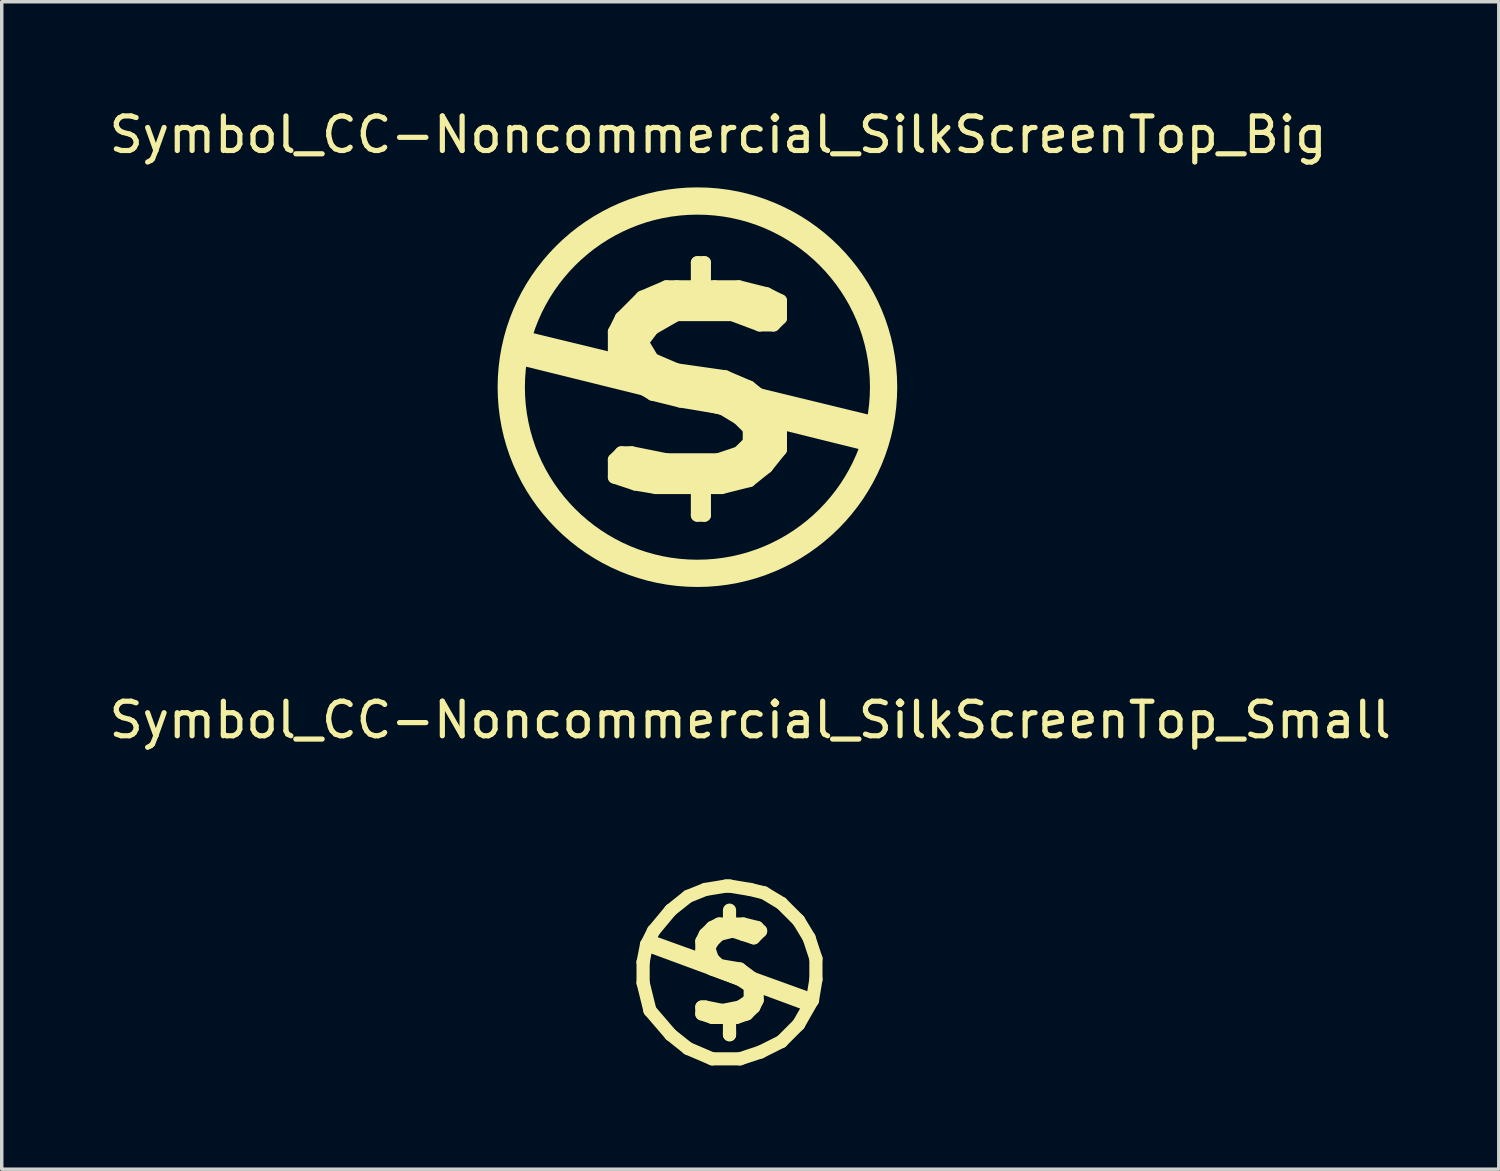
<source format=kicad_pcb>
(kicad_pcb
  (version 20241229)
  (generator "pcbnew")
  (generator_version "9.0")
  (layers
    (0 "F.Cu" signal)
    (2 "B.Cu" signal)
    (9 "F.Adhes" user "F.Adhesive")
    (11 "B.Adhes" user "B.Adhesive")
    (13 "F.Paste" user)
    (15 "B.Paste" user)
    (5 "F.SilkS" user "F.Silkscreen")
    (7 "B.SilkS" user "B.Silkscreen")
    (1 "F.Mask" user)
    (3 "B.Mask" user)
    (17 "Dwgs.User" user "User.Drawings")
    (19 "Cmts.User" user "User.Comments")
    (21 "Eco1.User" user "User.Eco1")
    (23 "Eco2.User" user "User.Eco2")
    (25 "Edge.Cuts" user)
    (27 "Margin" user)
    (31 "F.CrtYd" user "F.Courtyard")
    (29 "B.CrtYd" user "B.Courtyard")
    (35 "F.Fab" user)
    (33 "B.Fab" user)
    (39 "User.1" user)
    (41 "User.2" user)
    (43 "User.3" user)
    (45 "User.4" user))
  (footprint "Symbol_CC-Noncommercial_SilkScreenTop_Small"
    (layer "F.Cu")
    (at 18.049 25.075)
    (property "Reference" "Symbol_CC-Noncommercial_SilkScreenTop_Small" (at 0.599 -7.3 0) (layer "F.SilkS") (effects (font (size 1 1) (thickness 0.15))))
    (attr exclude_from_pos_files exclude_from_bom)
    (fp_line (start -2.499 -0.3) (end -2.499 0.3) (stroke (width 0.381) (type solid)) (layer "F.SilkS"))
    (fp_line (start -2.499 0.3) (end -2.301 1.1) (stroke (width 0.381) (type solid)) (layer "F.SilkS"))
    (fp_line (start -2.4 -0.8) (end -2.499 -0.3) (stroke (width 0.381) (type solid)) (layer "F.SilkS"))
    (fp_line (start -2.4 -0.8) (end 2.2 0.899) (stroke (width 0.381) (type solid)) (layer "F.SilkS"))
    (fp_line (start -2.301 -0.899) (end 2.4 0.8) (stroke (width 0.381) (type solid)) (layer "F.SilkS"))
    (fp_line (start -2.301 1.1) (end -1.699 1.801) (stroke (width 0.381) (type solid)) (layer "F.SilkS"))
    (fp_line (start -2.2 -1.199) (end -2.4 -0.8) (stroke (width 0.381) (type solid)) (layer "F.SilkS"))
    (fp_line (start -1.699 -1.801) (end -2.2 -1.199) (stroke (width 0.381) (type solid)) (layer "F.SilkS"))
    (fp_line (start -1.699 1.801) (end -1.199 2.2) (stroke (width 0.381) (type solid)) (layer "F.SilkS"))
    (fp_line (start -1.199 -2.2) (end -1.699 -1.801) (stroke (width 0.381) (type solid)) (layer "F.SilkS"))
    (fp_line (start -1.199 2.2) (end -0.5 2.499) (stroke (width 0.381) (type solid)) (layer "F.SilkS"))
    (fp_line (start -0.8 -0.899) (end -0.8 -0.599) (stroke (width 0.381) (type solid)) (layer "F.SilkS"))
    (fp_line (start -0.8 -0.599) (end -0.701 -0.3) (stroke (width 0.381) (type solid)) (layer "F.SilkS"))
    (fp_line (start -0.8 1.001) (end -0.8 1.199) (stroke (width 0.381) (type solid)) (layer "F.SilkS"))
    (fp_line (start -0.8 1.199) (end -0.5 1.3) (stroke (width 0.381) (type solid)) (layer "F.SilkS"))
    (fp_line (start -0.701 -2.4) (end -1.199 -2.2) (stroke (width 0.381) (type solid)) (layer "F.SilkS"))
    (fp_line (start -0.701 -1.1) (end -0.8 -0.899) (stroke (width 0.381) (type solid)) (layer "F.SilkS"))
    (fp_line (start -0.701 -0.3) (end -0.5 -0.099) (stroke (width 0.381) (type solid)) (layer "F.SilkS"))
    (fp_line (start -0.701 1.001) (end -0.8 1.001) (stroke (width 0.381) (type solid)) (layer "F.SilkS"))
    (fp_line (start -0.599 -0.701) (end -0.5 -0.899) (stroke (width 0.381) (type solid)) (layer "F.SilkS"))
    (fp_line (start -0.5 -1.3) (end -0.701 -1.1) (stroke (width 0.381) (type solid)) (layer "F.SilkS"))
    (fp_line (start -0.5 -0.899) (end -0.3 -1.1) (stroke (width 0.381) (type solid)) (layer "F.SilkS"))
    (fp_line (start -0.5 -0.399) (end -0.599 -0.701) (stroke (width 0.381) (type solid)) (layer "F.SilkS"))
    (fp_line (start -0.5 -0.099) (end 0.3 0.201) (stroke (width 0.381) (type solid)) (layer "F.SilkS"))
    (fp_line (start -0.5 1.3) (end 0.201 1.3) (stroke (width 0.381) (type solid)) (layer "F.SilkS"))
    (fp_line (start -0.5 2.499) (end 0.3 2.499) (stroke (width 0.381) (type solid)) (layer "F.SilkS"))
    (fp_line (start -0.3 -1.4) (end -0.5 -1.3) (stroke (width 0.381) (type solid)) (layer "F.SilkS"))
    (fp_line (start -0.3 -1.1) (end 0.099 -1.199) (stroke (width 0.381) (type solid)) (layer "F.SilkS"))
    (fp_line (start -0.3 -0.201) (end -0.5 -0.399) (stroke (width 0.381) (type solid)) (layer "F.SilkS"))
    (fp_line (start -0.201 1.1) (end -0.701 1.001) (stroke (width 0.381) (type solid)) (layer "F.SilkS"))
    (fp_line (start -0.099 -2.499) (end -0.701 -2.4) (stroke (width 0.381) (type solid)) (layer "F.SilkS"))
    (fp_line (start 0 -2.499) (end -0.099 -2.499) (stroke (width 0.381) (type solid)) (layer "F.SilkS"))
    (fp_line (start 0 -1.501) (end 0 -1.801) (stroke (width 0.381) (type solid)) (layer "F.SilkS"))
    (fp_line (start 0 1.3) (end 0 1.801) (stroke (width 0.381) (type solid)) (layer "F.SilkS"))
    (fp_line (start 0 1.801) (end 0 1.699) (stroke (width 0.381) (type solid)) (layer "F.SilkS"))
    (fp_line (start 0.099 -1.199) (end 0.399 -1.1) (stroke (width 0.381) (type solid)) (layer "F.SilkS"))
    (fp_line (start 0.201 1.3) (end 0.5 1.199) (stroke (width 0.381) (type solid)) (layer "F.SilkS"))
    (fp_line (start 0.3 -0.099) (end -0.3 -0.201) (stroke (width 0.381) (type solid)) (layer "F.SilkS"))
    (fp_line (start 0.3 0.201) (end 0.599 0.399) (stroke (width 0.381) (type solid)) (layer "F.SilkS"))
    (fp_line (start 0.3 1.001) (end -0.201 1.1) (stroke (width 0.381) (type solid)) (layer "F.SilkS"))
    (fp_line (start 0.3 2.499) (end 0.899 2.301) (stroke (width 0.381) (type solid)) (layer "F.SilkS"))
    (fp_line (start 0.399 -1.4) (end -0.3 -1.4) (stroke (width 0.381) (type solid)) (layer "F.SilkS"))
    (fp_line (start 0.399 -1.1) (end 0.701 -1.001) (stroke (width 0.381) (type solid)) (layer "F.SilkS"))
    (fp_line (start 0.5 1.199) (end 0.701 1.001) (stroke (width 0.381) (type solid)) (layer "F.SilkS"))
    (fp_line (start 0.599 -2.4) (end 0 -2.499) (stroke (width 0.381) (type solid)) (layer "F.SilkS"))
    (fp_line (start 0.599 0.399) (end 0.599 0.8) (stroke (width 0.381) (type solid)) (layer "F.SilkS"))
    (fp_line (start 0.599 0.8) (end 0.3 1.001) (stroke (width 0.381) (type solid)) (layer "F.SilkS"))
    (fp_line (start 0.701 -1.001) (end 0.899 -1.199) (stroke (width 0.381) (type solid)) (layer "F.SilkS"))
    (fp_line (start 0.701 0.201) (end 0.3 -0.099) (stroke (width 0.381) (type solid)) (layer "F.SilkS"))
    (fp_line (start 0.701 1.001) (end 0.8 0.8) (stroke (width 0.381) (type solid)) (layer "F.SilkS"))
    (fp_line (start 0.8 -1.3) (end 0.399 -1.4) (stroke (width 0.381) (type solid)) (layer "F.SilkS"))
    (fp_line (start 0.8 0.5) (end 0.701 0.201) (stroke (width 0.381) (type solid)) (layer "F.SilkS"))
    (fp_line (start 0.8 0.8) (end 0.8 0.5) (stroke (width 0.381) (type solid)) (layer "F.SilkS"))
    (fp_line (start 0.899 -1.199) (end 0.8 -1.3) (stroke (width 0.381) (type solid)) (layer "F.SilkS"))
    (fp_line (start 0.899 2.301) (end 1.501 1.999) (stroke (width 0.381) (type solid)) (layer "F.SilkS"))
    (fp_line (start 1.001 -2.301) (end 0.599 -2.4) (stroke (width 0.381) (type solid)) (layer "F.SilkS"))
    (fp_line (start 1.501 -1.999) (end 1.001 -2.301) (stroke (width 0.381) (type solid)) (layer "F.SilkS"))
    (fp_line (start 1.501 1.999) (end 1.999 1.501) (stroke (width 0.381) (type solid)) (layer "F.SilkS"))
    (fp_line (start 1.999 -1.501) (end 1.501 -1.999) (stroke (width 0.381) (type solid)) (layer "F.SilkS"))
    (fp_line (start 1.999 1.501) (end 2.4 0.8) (stroke (width 0.381) (type solid)) (layer "F.SilkS"))
    (fp_line (start 2.301 -1.001) (end 1.999 -1.501) (stroke (width 0.381) (type solid)) (layer "F.SilkS"))
    (fp_line (start 2.4 0.8) (end 2.499 0.201) (stroke (width 0.381) (type solid)) (layer "F.SilkS"))
    (fp_line (start 2.499 -0.399) (end 2.301 -1.001) (stroke (width 0.381) (type solid)) (layer "F.SilkS"))
    (fp_line (start 2.499 0.201) (end 2.499 -0.399) (stroke (width 0.381) (type solid)) (layer "F.SilkS")))
  (footprint "Symbol_CC-Noncommercial_SilkScreenTop_Big"
    (layer "F.Cu")
    (at 17.121 8.148)
    (property "Reference" "Symbol_CC-Noncommercial_SilkScreenTop_Big" (at 0.599 -7.3 0) (layer "F.SilkS") (effects (font (size 1 1) (thickness 0.15))))
    (attr exclude_from_pos_files exclude_from_bom)
    (fp_line (start -5.4 -0.899) (end 4.699 1.6) (stroke (width 0.381) (type solid)) (layer "F.SilkS"))
    (fp_line (start -5.4 0.099) (end -5.199 1.3) (stroke (width 0.381) (type solid)) (layer "F.SilkS"))
    (fp_line (start -5.301 -1.501) (end 5.4 1.1) (stroke (width 0.381) (type solid)) (layer "F.SilkS"))
    (fp_line (start -5.301 -1.199) (end -5.4 -0.899) (stroke (width 0.381) (type solid)) (layer "F.SilkS"))
    (fp_line (start -5.301 -1.1) (end -5.4 0.099) (stroke (width 0.381) (type solid)) (layer "F.SilkS"))
    (fp_line (start -5.199 1.3) (end -4.801 2.4) (stroke (width 0.381) (type solid)) (layer "F.SilkS"))
    (fp_line (start -5.001 -2.101) (end -5.301 -1.1) (stroke (width 0.381) (type solid)) (layer "F.SilkS"))
    (fp_line (start -4.801 2.4) (end -3.8 3.899) (stroke (width 0.381) (type solid)) (layer "F.SilkS"))
    (fp_line (start -4.501 -3) (end -5.001 -2.101) (stroke (width 0.381) (type solid)) (layer "F.SilkS"))
    (fp_line (start -4 -3.599) (end -4.501 -3) (stroke (width 0.381) (type solid)) (layer "F.SilkS"))
    (fp_line (start -3.8 3.899) (end -2.601 4.801) (stroke (width 0.381) (type solid)) (layer "F.SilkS"))
    (fp_line (start -3.299 -4.201) (end -4 -3.599) (stroke (width 0.381) (type solid)) (layer "F.SilkS"))
    (fp_line (start -2.7 -4.699) (end -3.299 -4.201) (stroke (width 0.381) (type solid)) (layer "F.SilkS"))
    (fp_line (start -2.601 4.801) (end -1.3 5.301) (stroke (width 0.381) (type solid)) (layer "F.SilkS"))
    (fp_line (start -2.4 -1.6) (end -2.4 -1.001) (stroke (width 0.381) (type solid)) (layer "F.SilkS"))
    (fp_line (start -2.4 -1.001) (end -2.101 -0.599) (stroke (width 0.381) (type solid)) (layer "F.SilkS"))
    (fp_line (start -2.4 2.101) (end -2.4 2.601) (stroke (width 0.381) (type solid)) (layer "F.SilkS"))
    (fp_line (start -2.4 2.601) (end -1.801 2.799) (stroke (width 0.381) (type solid)) (layer "F.SilkS"))
    (fp_line (start -2.2 -1.999) (end -2.4 -1.6) (stroke (width 0.381) (type solid)) (layer "F.SilkS"))
    (fp_line (start -2.2 -1.199) (end -1.9 -0.701) (stroke (width 0.381) (type solid)) (layer "F.SilkS"))
    (fp_line (start -2.2 1.9) (end -2.4 2.101) (stroke (width 0.381) (type solid)) (layer "F.SilkS"))
    (fp_line (start -2.2 2.2) (end -2.2 2.4) (stroke (width 0.381) (type solid)) (layer "F.SilkS"))
    (fp_line (start -2.2 2.4) (end -1.1 2.601) (stroke (width 0.381) (type solid)) (layer "F.SilkS"))
    (fp_line (start -2.101 -0.599) (end -1.801 -0.099) (stroke (width 0.381) (type solid)) (layer "F.SilkS"))
    (fp_line (start -1.999 -4.9) (end -2.7 -4.699) (stroke (width 0.381) (type solid)) (layer "F.SilkS"))
    (fp_line (start -1.9 -1.999) (end -2.2 -1.199) (stroke (width 0.381) (type solid)) (layer "F.SilkS"))
    (fp_line (start -1.9 -1.199) (end -1.6 -1.801) (stroke (width 0.381) (type solid)) (layer "F.SilkS"))
    (fp_line (start -1.9 -0.701) (end -1.3 -0.099) (stroke (width 0.381) (type solid)) (layer "F.SilkS"))
    (fp_line (start -1.9 1.9) (end -2.2 1.9) (stroke (width 0.381) (type solid)) (layer "F.SilkS"))
    (fp_line (start -1.801 -0.099) (end -1.3 0.201) (stroke (width 0.381) (type solid)) (layer "F.SilkS"))
    (fp_line (start -1.801 2.799) (end -1.199 2.901) (stroke (width 0.381) (type solid)) (layer "F.SilkS"))
    (fp_line (start -1.6 -2.601) (end -2.2 -1.999) (stroke (width 0.381) (type solid)) (layer "F.SilkS"))
    (fp_line (start -1.6 -1.801) (end -0.899 -2.301) (stroke (width 0.381) (type solid)) (layer "F.SilkS"))
    (fp_line (start -1.6 -1.3) (end -1.3 -1.699) (stroke (width 0.381) (type solid)) (layer "F.SilkS"))
    (fp_line (start -1.6 2.2) (end -2.2 2.2) (stroke (width 0.381) (type solid)) (layer "F.SilkS"))
    (fp_line (start -1.4 -0.5) (end -1.9 -1.199) (stroke (width 0.381) (type solid)) (layer "F.SilkS"))
    (fp_line (start -1.3 -5.1) (end -1.999 -4.9) (stroke (width 0.381) (type solid)) (layer "F.SilkS"))
    (fp_line (start -1.3 -1.699) (end -0.599 -2.101) (stroke (width 0.381) (type solid)) (layer "F.SilkS"))
    (fp_line (start -1.3 -0.8) (end -1.6 -1.3) (stroke (width 0.381) (type solid)) (layer "F.SilkS"))
    (fp_line (start -1.3 -0.099) (end 0 0.3) (stroke (width 0.381) (type solid)) (layer "F.SilkS"))
    (fp_line (start -1.3 0.201) (end -0.5 0.399) (stroke (width 0.381) (type solid)) (layer "F.SilkS"))
    (fp_line (start -1.3 5.301) (end 0.099 5.301) (stroke (width 0.381) (type solid)) (layer "F.SilkS"))
    (fp_line (start -1.199 2.901) (end 0.701 2.901) (stroke (width 0.381) (type solid)) (layer "F.SilkS"))
    (fp_line (start -1.1 -2.601) (end -1.9 -1.999) (stroke (width 0.381) (type solid)) (layer "F.SilkS"))
    (fp_line (start -1.1 2.601) (end -0.099 2.601) (stroke (width 0.381) (type solid)) (layer "F.SilkS"))
    (fp_line (start -0.899 -2.901) (end -1.6 -2.601) (stroke (width 0.381) (type solid)) (layer "F.SilkS"))
    (fp_line (start -0.899 -2.301) (end -0.099 -2.4) (stroke (width 0.381) (type solid)) (layer "F.SilkS"))
    (fp_line (start -0.899 2.101) (end -1.9 1.9) (stroke (width 0.381) (type solid)) (layer "F.SilkS"))
    (fp_line (start -0.599 -2.901) (end -0.899 -2.901) (stroke (width 0.381) (type solid)) (layer "F.SilkS"))
    (fp_line (start -0.599 -2.101) (end 1.001 -2.101) (stroke (width 0.381) (type solid)) (layer "F.SilkS"))
    (fp_line (start -0.599 -0.5) (end -1.3 -0.8) (stroke (width 0.381) (type solid)) (layer "F.SilkS"))
    (fp_line (start -0.5 -5.4) (end -1.3 -5.1) (stroke (width 0.381) (type solid)) (layer "F.SilkS"))
    (fp_line (start -0.5 0.399) (end 0.701 0.599) (stroke (width 0.381) (type solid)) (layer "F.SilkS"))
    (fp_line (start -0.399 -0.099) (end -1.4 -0.5) (stroke (width 0.381) (type solid)) (layer "F.SilkS"))
    (fp_line (start -0.3 2.301) (end -1.6 2.2) (stroke (width 0.381) (type solid)) (layer "F.SilkS"))
    (fp_line (start -0.201 -0.201) (end -0.399 -0.099) (stroke (width 0.381) (type solid)) (layer "F.SilkS"))
    (fp_line (start -0.099 -2.4) (end 1.001 -2.301) (stroke (width 0.381) (type solid)) (layer "F.SilkS"))
    (fp_line (start -0.099 2.601) (end 0.899 2.601) (stroke (width 0.381) (type solid)) (layer "F.SilkS"))
    (fp_line (start 0 -5.4) (end -0.5 -5.4) (stroke (width 0.381) (type solid)) (layer "F.SilkS"))
    (fp_line (start 0 -3.599) (end 0.201 -3.599) (stroke (width 0.381) (type solid)) (layer "F.SilkS"))
    (fp_line (start 0 -3) (end 0 -3.599) (stroke (width 0.381) (type solid)) (layer "F.SilkS"))
    (fp_line (start 0 0.3) (end 1.199 0.599) (stroke (width 0.381) (type solid)) (layer "F.SilkS"))
    (fp_line (start 0 2.799) (end 0 3.701) (stroke (width 0.381) (type solid)) (layer "F.SilkS"))
    (fp_line (start 0 3.701) (end 0.201 3.701) (stroke (width 0.381) (type solid)) (layer "F.SilkS"))
    (fp_line (start 0.099 5.301) (end 1.6 5.199) (stroke (width 0.381) (type solid)) (layer "F.SilkS"))
    (fp_line (start 0.201 -3.599) (end 0.201 -3) (stroke (width 0.381) (type solid)) (layer "F.SilkS"))
    (fp_line (start 0.201 -0.201) (end 0.201 0.099) (stroke (width 0.381) (type solid)) (layer "F.SilkS"))
    (fp_line (start 0.201 0.099) (end -0.201 -0.201) (stroke (width 0.381) (type solid)) (layer "F.SilkS"))
    (fp_line (start 0.201 3.701) (end 0.201 3) (stroke (width 0.381) (type solid)) (layer "F.SilkS"))
    (fp_line (start 0.5 -2.901) (end -0.599 -2.901) (stroke (width 0.381) (type solid)) (layer "F.SilkS"))
    (fp_line (start 0.5 0) (end 0.5 0.201) (stroke (width 0.381) (type solid)) (layer "F.SilkS"))
    (fp_line (start 0.5 0.201) (end 0.899 0.399) (stroke (width 0.381) (type solid)) (layer "F.SilkS"))
    (fp_line (start 0.599 2.101) (end -0.899 2.101) (stroke (width 0.381) (type solid)) (layer "F.SilkS"))
    (fp_line (start 0.701 0.599) (end 1.199 0.899) (stroke (width 0.381) (type solid)) (layer "F.SilkS"))
    (fp_line (start 0.701 2.901) (end 1.501 2.7) (stroke (width 0.381) (type solid)) (layer "F.SilkS"))
    (fp_line (start 0.8 -2.601) (end -1.1 -2.601) (stroke (width 0.381) (type solid)) (layer "F.SilkS"))
    (fp_line (start 0.8 -0.3) (end -0.599 -0.5) (stroke (width 0.381) (type solid)) (layer "F.SilkS"))
    (fp_line (start 0.899 0.399) (end 0.201 -0.201) (stroke (width 0.381) (type solid)) (layer "F.SilkS"))
    (fp_line (start 0.899 2.301) (end -0.3 2.301) (stroke (width 0.381) (type solid)) (layer "F.SilkS"))
    (fp_line (start 0.899 2.601) (end 1.801 2.101) (stroke (width 0.381) (type solid)) (layer "F.SilkS"))
    (fp_line (start 1.001 -2.301) (end 2.101 -2.101) (stroke (width 0.381) (type solid)) (layer "F.SilkS"))
    (fp_line (start 1.001 -2.101) (end 1.801 -1.801) (stroke (width 0.381) (type solid)) (layer "F.SilkS"))
    (fp_line (start 1.199 -2.901) (end 0.5 -2.901) (stroke (width 0.381) (type solid)) (layer "F.SilkS"))
    (fp_line (start 1.199 0.599) (end 1.699 1.1) (stroke (width 0.381) (type solid)) (layer "F.SilkS"))
    (fp_line (start 1.199 0.899) (end 1.501 1.199) (stroke (width 0.381) (type solid)) (layer "F.SilkS"))
    (fp_line (start 1.199 1.9) (end 0.599 2.101) (stroke (width 0.381) (type solid)) (layer "F.SilkS"))
    (fp_line (start 1.4 -5.199) (end 0 -5.301) (stroke (width 0.381) (type solid)) (layer "F.SilkS"))
    (fp_line (start 1.4 0.3) (end 0.5 0) (stroke (width 0.381) (type solid)) (layer "F.SilkS"))
    (fp_line (start 1.501 0) (end 0.8 -0.3) (stroke (width 0.381) (type solid)) (layer "F.SilkS"))
    (fp_line (start 1.501 1.199) (end 1.501 1.6) (stroke (width 0.381) (type solid)) (layer "F.SilkS"))
    (fp_line (start 1.501 1.6) (end 1.199 1.9) (stroke (width 0.381) (type solid)) (layer "F.SilkS"))
    (fp_line (start 1.501 2.7) (end 1.999 2.301) (stroke (width 0.381) (type solid)) (layer "F.SilkS"))
    (fp_line (start 1.6 1.9) (end 0.899 2.301) (stroke (width 0.381) (type solid)) (layer "F.SilkS"))
    (fp_line (start 1.6 5.199) (end 2.601 4.699) (stroke (width 0.381) (type solid)) (layer "F.SilkS"))
    (fp_line (start 1.699 1.1) (end 1.6 1.9) (stroke (width 0.381) (type solid)) (layer "F.SilkS"))
    (fp_line (start 1.801 -1.801) (end 2.2 -1.801) (stroke (width 0.381) (type solid)) (layer "F.SilkS"))
    (fp_line (start 1.801 2.101) (end 2.101 1.6) (stroke (width 0.381) (type solid)) (layer "F.SilkS"))
    (fp_line (start 1.9 -2.4) (end 0.8 -2.601) (stroke (width 0.381) (type solid)) (layer "F.SilkS"))
    (fp_line (start 1.9 1.199) (end 1.999 0.899) (stroke (width 0.381) (type solid)) (layer "F.SilkS"))
    (fp_line (start 1.9 1.6) (end 2.2 1.199) (stroke (width 0.381) (type solid)) (layer "F.SilkS"))
    (fp_line (start 1.999 -2.7) (end 1.199 -2.901) (stroke (width 0.381) (type solid)) (layer "F.SilkS"))
    (fp_line (start 1.999 0.399) (end 1.501 0) (stroke (width 0.381) (type solid)) (layer "F.SilkS"))
    (fp_line (start 1.999 0.899) (end 1.4 0.3) (stroke (width 0.381) (type solid)) (layer "F.SilkS"))
    (fp_line (start 1.999 2.301) (end 2.4 1.801) (stroke (width 0.381) (type solid)) (layer "F.SilkS"))
    (fp_line (start 2.101 1.6) (end 1.9 1.6) (stroke (width 0.381) (type solid)) (layer "F.SilkS"))
    (fp_line (start 2.2 -1.801) (end 2.4 -1.999) (stroke (width 0.381) (type solid)) (layer "F.SilkS"))
    (fp_line (start 2.2 1.199) (end 1.9 1.199) (stroke (width 0.381) (type solid)) (layer "F.SilkS"))
    (fp_line (start 2.301 -2.4) (end 2.4 -2.499) (stroke (width 0.381) (type solid)) (layer "F.SilkS"))
    (fp_line (start 2.4 -4.801) (end 1.4 -5.199) (stroke (width 0.381) (type solid)) (layer "F.SilkS"))
    (fp_line (start 2.4 -2.499) (end 1.999 -2.7) (stroke (width 0.381) (type solid)) (layer "F.SilkS"))
    (fp_line (start 2.4 -2.4) (end 1.9 -2.4) (stroke (width 0.381) (type solid)) (layer "F.SilkS"))
    (fp_line (start 2.4 -1.999) (end 2.4 -2.4) (stroke (width 0.381) (type solid)) (layer "F.SilkS"))
    (fp_line (start 2.4 1.001) (end 1.999 0.399) (stroke (width 0.381) (type solid)) (layer "F.SilkS"))
    (fp_line (start 2.4 1.801) (end 2.4 1.001) (stroke (width 0.381) (type solid)) (layer "F.SilkS"))
    (fp_line (start 2.601 4.699) (end 4.201 3.401) (stroke (width 0.381) (type solid)) (layer "F.SilkS"))
    (fp_line (start 3.401 -4.1) (end 2.4 -4.801) (stroke (width 0.381) (type solid)) (layer "F.SilkS"))
    (fp_line (start 4.201 3.401) (end 5.001 1.801) (stroke (width 0.381) (type solid)) (layer "F.SilkS"))
    (fp_line (start 4.699 -2.499) (end 3.401 -4.1) (stroke (width 0.381) (type solid)) (layer "F.SilkS"))
    (fp_line (start 5.001 1.801) (end 5.4 0.3) (stroke (width 0.381) (type solid)) (layer "F.SilkS"))
    (fp_line (start 5.199 -1.4) (end 4.699 -2.499) (stroke (width 0.381) (type solid)) (layer "F.SilkS"))
    (fp_line (start 5.301 1.4) (end -5.301 -1.199) (stroke (width 0.381) (type solid)) (layer "F.SilkS"))
    (fp_line (start 5.4 0.3) (end 5.199 -1.4) (stroke (width 0.381) (type solid)) (layer "F.SilkS"))
    (fp_line (start 5.4 1.1) (end 5.301 1.4) (stroke (width 0.381) (type solid)) (layer "F.SilkS"))
    (fp_circle (center 0 0) (end 5.08 1.016) (stroke (width 0.381) (type solid)) (fill no) (layer "F.SilkS"))
    (fp_circle (center 0 0) (end 5.588 0) (stroke (width 0.381) (type solid)) (fill no) (layer "F.SilkS")))
  (gr_rect
    (start -3 -3)
    (end 40.298 30.765)
    (stroke (width 0.1) (type default))
    (fill no)
    (layer "Edge.Cuts")))
</source>
